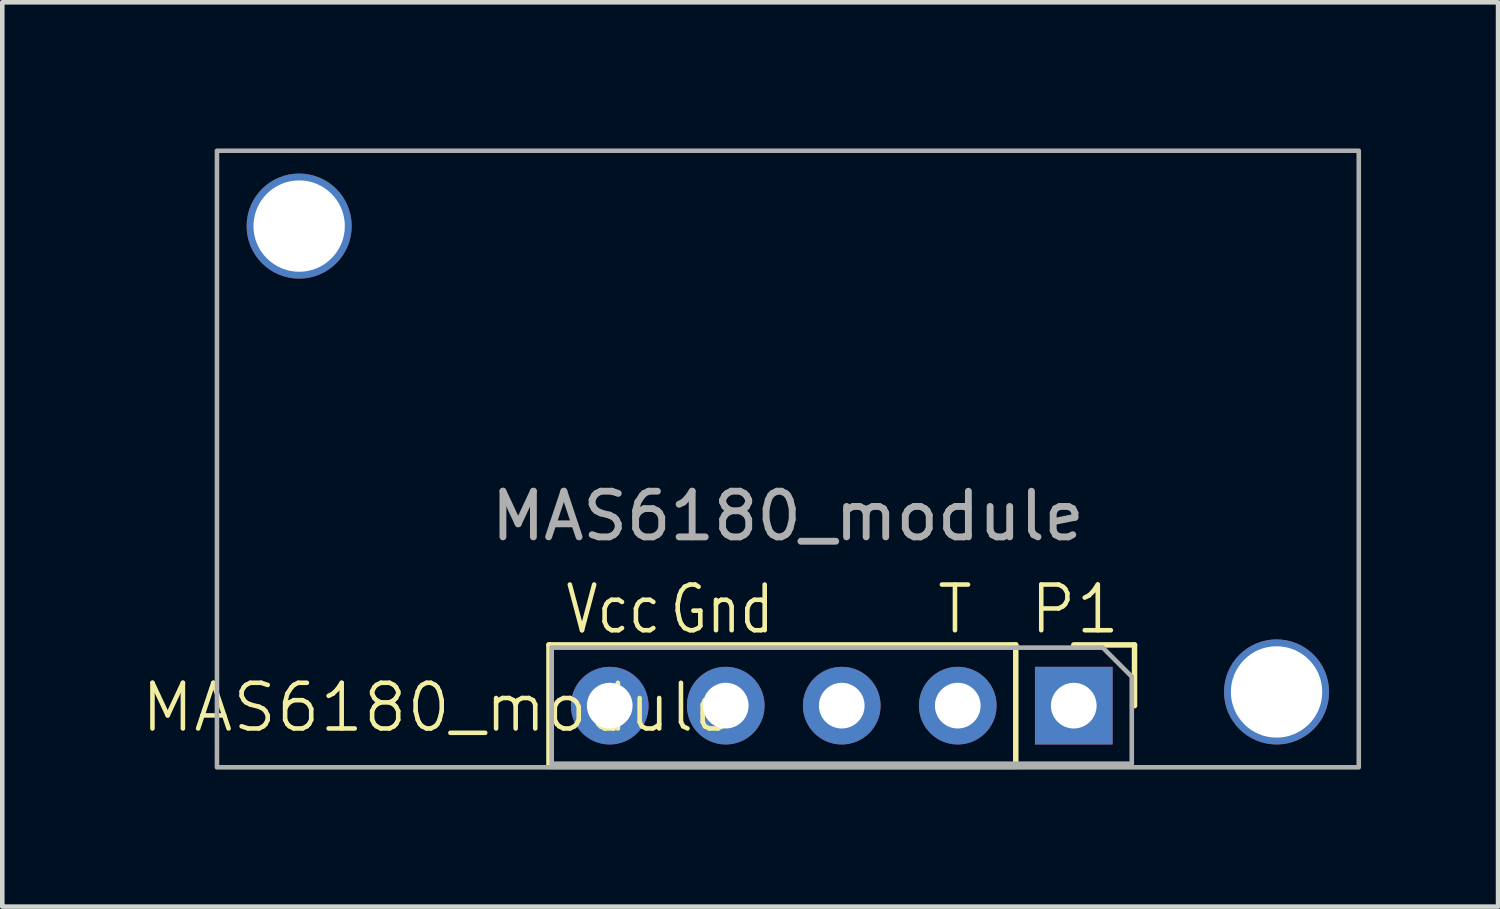
<source format=kicad_pcb>
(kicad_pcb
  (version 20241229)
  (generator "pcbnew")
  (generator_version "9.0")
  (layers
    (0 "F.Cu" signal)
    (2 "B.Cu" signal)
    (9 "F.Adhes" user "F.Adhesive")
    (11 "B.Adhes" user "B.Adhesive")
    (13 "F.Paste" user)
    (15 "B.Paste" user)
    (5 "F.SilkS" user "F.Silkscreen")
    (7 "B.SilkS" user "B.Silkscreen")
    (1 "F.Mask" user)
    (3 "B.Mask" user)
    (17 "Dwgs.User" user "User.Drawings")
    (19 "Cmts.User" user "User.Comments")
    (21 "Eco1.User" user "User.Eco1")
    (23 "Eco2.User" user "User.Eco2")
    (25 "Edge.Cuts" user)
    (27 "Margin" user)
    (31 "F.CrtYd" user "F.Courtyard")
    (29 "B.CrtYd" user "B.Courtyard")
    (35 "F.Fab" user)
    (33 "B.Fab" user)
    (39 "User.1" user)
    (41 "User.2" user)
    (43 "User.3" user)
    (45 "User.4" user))
  (footprint "MAS6180_module"
    (layer "F.Cu")
    (at 1.7 0.25)
    (property "Reference" "MAS6180_module" (at 4.826 12.192 0) (unlocked yes) (layer "F.SilkS") (effects (font (size 1 1) (thickness 0.1))))
    (attr through_hole)
    (fp_line (start 7.27 10.82) (end 7.27 13.48) (stroke (width 0.12) (type solid)) (layer "F.SilkS"))
    (fp_line (start 17.49 10.82) (end 7.27 10.82) (stroke (width 0.12) (type solid)) (layer "F.SilkS"))
    (fp_line (start 17.49 10.82) (end 17.49 13.48) (stroke (width 0.12) (type solid)) (layer "F.SilkS"))
    (fp_line (start 17.49 13.48) (end 7.27 13.48) (stroke (width 0.12) (type solid)) (layer "F.SilkS"))
    (fp_line (start 18.76 10.82) (end 20.09 10.82) (stroke (width 0.12) (type solid)) (layer "F.SilkS"))
    (fp_line (start 20.09 10.82) (end 20.09 12.15) (stroke (width 0.12) (type solid)) (layer "F.SilkS"))
    (fp_line (start 7.33 10.88) (end 19.395 10.88) (stroke (width 0.1) (type solid)) (layer "F.Fab"))
    (fp_line (start 7.33 13.42) (end 7.33 10.88) (stroke (width 0.1) (type solid)) (layer "F.Fab"))
    (fp_line (start 19.395 10.88) (end 20.03 11.515) (stroke (width 0.1) (type solid)) (layer "F.Fab"))
    (fp_line (start 20.03 11.515) (end 20.03 13.42) (stroke (width 0.1) (type solid)) (layer "F.Fab"))
    (fp_line (start 20.03 13.42) (end 7.33 13.42) (stroke (width 0.1) (type solid)) (layer "F.Fab"))
    (fp_rect (start 0 0) (end 25 13.5) (stroke (width 0.1) (type default)) (fill no) (layer "F.Fab"))
    (fp_text user "Gnd" (at 9.87 10.626 0) (unlocked yes) (layer "F.SilkS") (effects (font (size 1 0.8) (thickness 0.1)) (justify left bottom)))
    (fp_text user "P1" (at 17.744 10.626 0) (unlocked yes) (layer "F.SilkS") (effects (font (size 1 1) (thickness 0.1)) (justify left bottom)))
    (fp_text user "T" (at 15.712 10.626 0) (unlocked yes) (layer "F.SilkS") (effects (font (size 1 1) (thickness 0.1)) (justify left bottom)))
    (fp_text user "Vcc" (at 7.584 10.626 0) (unlocked yes) (layer "F.SilkS") (effects (font (size 1 0.8) (thickness 0.1)) (justify left bottom)))
    (fp_text user "${REFERENCE}" (at 12.5 8 0) (unlocked yes) (layer "F.Fab") (effects (font (size 1 1) (thickness 0.15))))
    (pad "" thru_hole circle (at 1.8 1.65) (size 2.3 2.3) (drill 2) (layers "*.Cu" "*.Mask"))
    (pad "" thru_hole circle (at 23.2 11.85) (size 2.3 2.3) (drill 2) (layers "*.Cu" "*.Mask"))
    (pad "1" thru_hole rect (at 18.76 12.15 270) (size 1.7 1.7) (drill 1) (layers "*.Cu" "*.Mask"))
    (pad "2" thru_hole oval (at 16.22 12.15 270) (size 1.7 1.7) (drill 1) (layers "*.Cu" "*.Mask"))
    (pad "3" thru_hole oval (at 13.68 12.15 270) (size 1.7 1.7) (drill 1) (layers "*.Cu" "*.Mask"))
    (pad "4" thru_hole oval (at 11.14 12.15 270) (size 1.7 1.7) (drill 1) (layers "*.Cu" "*.Mask"))
    (pad "5" thru_hole oval (at 8.6 12.15 270) (size 1.7 1.7) (drill 1) (layers "*.Cu" "*.Mask")))
  (gr_rect
    (start -3 -3)
    (end 29.75 16.8)
    (stroke (width 0.1) (type default))
    (fill no)
    (layer "Edge.Cuts")))
</source>
